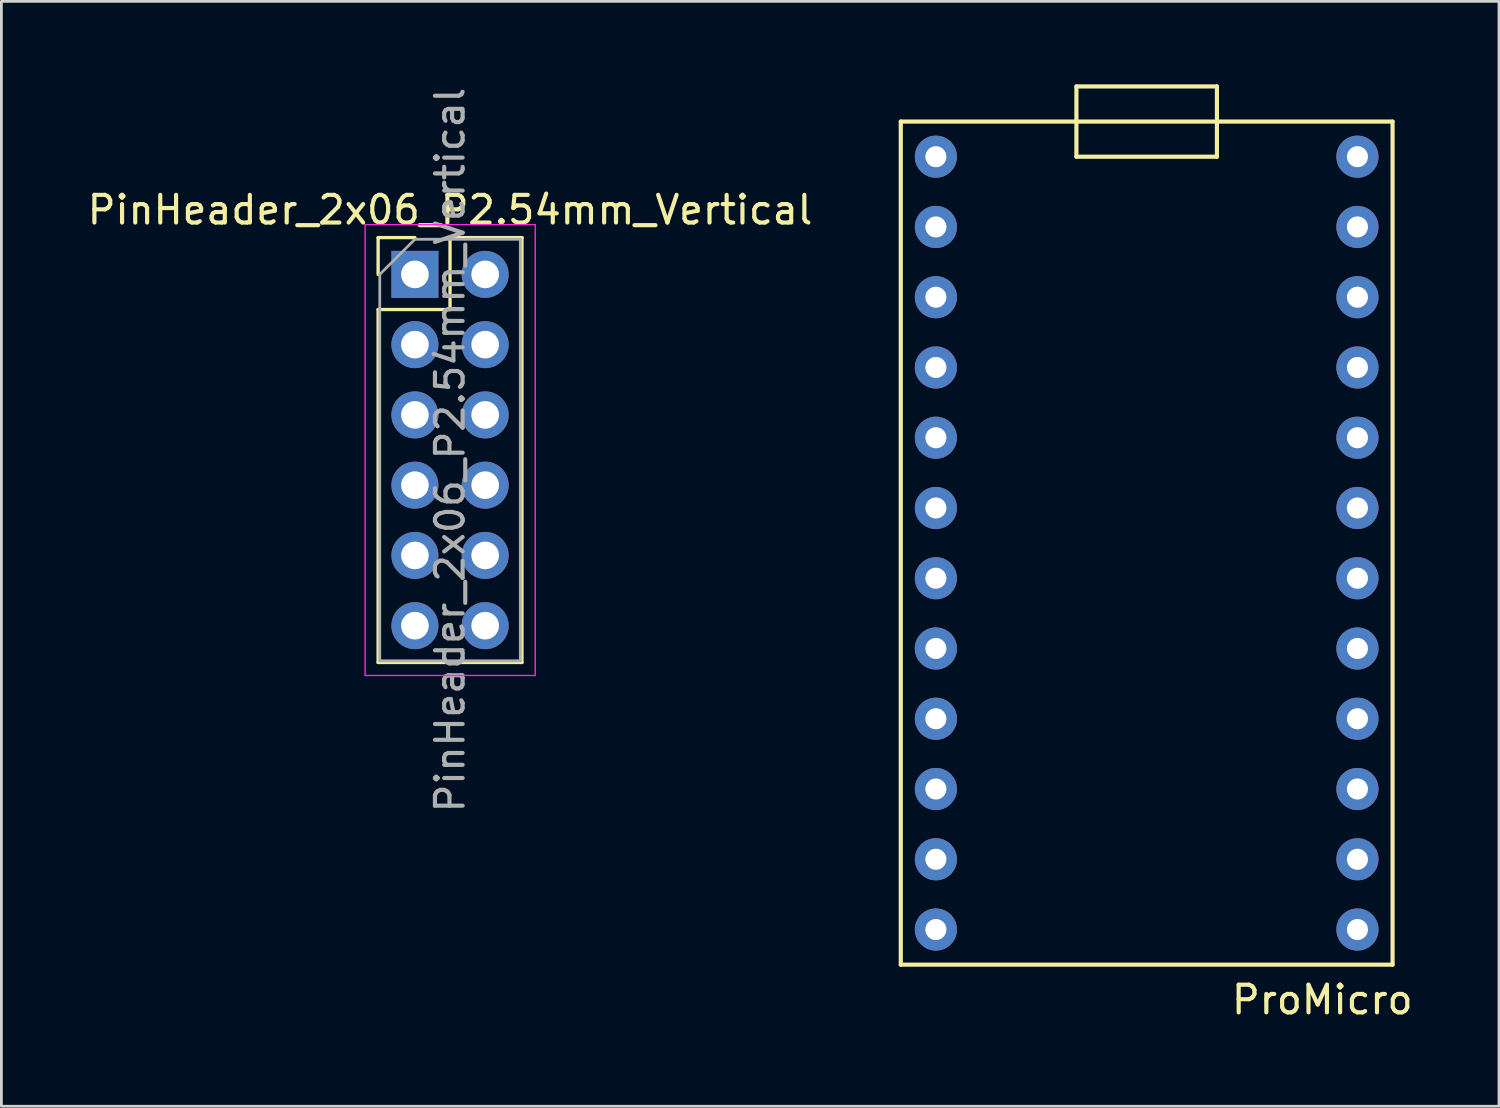
<source format=kicad_pcb>
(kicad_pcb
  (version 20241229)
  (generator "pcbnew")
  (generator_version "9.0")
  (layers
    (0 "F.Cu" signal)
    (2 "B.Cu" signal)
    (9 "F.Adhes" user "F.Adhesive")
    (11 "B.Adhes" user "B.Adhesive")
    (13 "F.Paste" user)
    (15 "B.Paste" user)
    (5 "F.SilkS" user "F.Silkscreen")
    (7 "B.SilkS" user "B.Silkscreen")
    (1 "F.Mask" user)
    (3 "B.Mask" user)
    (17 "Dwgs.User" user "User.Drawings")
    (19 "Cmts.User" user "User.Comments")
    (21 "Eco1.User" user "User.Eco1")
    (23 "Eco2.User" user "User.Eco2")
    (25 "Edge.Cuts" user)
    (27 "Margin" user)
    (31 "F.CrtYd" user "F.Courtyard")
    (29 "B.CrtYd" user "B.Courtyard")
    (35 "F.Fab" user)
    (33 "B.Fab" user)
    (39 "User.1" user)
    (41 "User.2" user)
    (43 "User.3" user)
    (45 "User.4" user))
  (footprint "PinHeader_2x06_P2.54mm_Vertical"
    (layer "F.Cu")
    (at 11.95 6.87)
    (property "Reference" "PinHeader_2x06_P2.54mm_Vertical" (at 1.27 -2.33 0) (layer "F.SilkS") (effects (font (size 1 1) (thickness 0.15))))
    (attr through_hole)
    (fp_line (start -1.33 -1.33) (end 0 -1.33) (stroke (width 0.12) (type solid)) (layer "F.SilkS"))
    (fp_line (start -1.33 0) (end -1.33 -1.33) (stroke (width 0.12) (type solid)) (layer "F.SilkS"))
    (fp_line (start -1.33 1.27) (end -1.33 14.03) (stroke (width 0.12) (type solid)) (layer "F.SilkS"))
    (fp_line (start -1.33 1.27) (end 1.27 1.27) (stroke (width 0.12) (type solid)) (layer "F.SilkS"))
    (fp_line (start -1.33 14.03) (end 3.87 14.03) (stroke (width 0.12) (type solid)) (layer "F.SilkS"))
    (fp_line (start 1.27 -1.33) (end 3.87 -1.33) (stroke (width 0.12) (type solid)) (layer "F.SilkS"))
    (fp_line (start 1.27 1.27) (end 1.27 -1.33) (stroke (width 0.12) (type solid)) (layer "F.SilkS"))
    (fp_line (start 3.87 -1.33) (end 3.87 14.03) (stroke (width 0.12) (type solid)) (layer "F.SilkS"))
    (fp_line (start -1.8 -1.8) (end -1.8 14.5) (stroke (width 0.05) (type solid)) (layer "F.CrtYd"))
    (fp_line (start -1.8 14.5) (end 4.35 14.5) (stroke (width 0.05) (type solid)) (layer "F.CrtYd"))
    (fp_line (start 4.35 -1.8) (end -1.8 -1.8) (stroke (width 0.05) (type solid)) (layer "F.CrtYd"))
    (fp_line (start 4.35 14.5) (end 4.35 -1.8) (stroke (width 0.05) (type solid)) (layer "F.CrtYd"))
    (fp_line (start -1.27 0) (end 0 -1.27) (stroke (width 0.1) (type solid)) (layer "F.Fab"))
    (fp_line (start -1.27 13.97) (end -1.27 0) (stroke (width 0.1) (type solid)) (layer "F.Fab"))
    (fp_line (start 0 -1.27) (end 3.81 -1.27) (stroke (width 0.1) (type solid)) (layer "F.Fab"))
    (fp_line (start 3.81 -1.27) (end 3.81 13.97) (stroke (width 0.1) (type solid)) (layer "F.Fab"))
    (fp_line (start 3.81 13.97) (end -1.27 13.97) (stroke (width 0.1) (type solid)) (layer "F.Fab"))
    (fp_text user "${REFERENCE}" (at 1.27 6.35 90) (layer "F.Fab") (effects (font (size 1 1) (thickness 0.15))))
    (pad "1" thru_hole rect (at 0 0) (size 1.7 1.7) (drill 1) (layers "*.Cu" "*.Mask"))
    (pad "2" thru_hole oval (at 0 2.54) (size 1.7 1.7) (drill 1) (layers "*.Cu" "*.Mask"))
    (pad "3" thru_hole oval (at 0 5.08) (size 1.7 1.7) (drill 1) (layers "*.Cu" "*.Mask"))
    (pad "4" thru_hole oval (at 0 7.62) (size 1.7 1.7) (drill 1) (layers "*.Cu" "*.Mask"))
    (pad "5" thru_hole oval (at 0 10.16) (size 1.7 1.7) (drill 1) (layers "*.Cu" "*.Mask"))
    (pad "6" thru_hole oval (at 0 12.7) (size 1.7 1.7) (drill 1) (layers "*.Cu" "*.Mask"))
    (pad "7" thru_hole oval (at 2.54 0) (size 1.7 1.7) (drill 1) (layers "*.Cu" "*.Mask"))
    (pad "8" thru_hole oval (at 2.54 2.54) (size 1.7 1.7) (drill 1) (layers "*.Cu" "*.Mask"))
    (pad "9" thru_hole oval (at 2.54 5.08) (size 1.7 1.7) (drill 1) (layers "*.Cu" "*.Mask"))
    (pad "10" thru_hole oval (at 2.54 7.62) (size 1.7 1.7) (drill 1) (layers "*.Cu" "*.Mask"))
    (pad "11" thru_hole oval (at 2.54 10.16) (size 1.7 1.7) (drill 1) (layers "*.Cu" "*.Mask"))
    (pad "12" thru_hole oval (at 2.54 12.7) (size 1.7 1.7) (drill 1) (layers "*.Cu" "*.Mask")))
  (footprint "ProMicro"
    (layer "F.Cu")
    (at 38.405 16.585)
    (property "Reference" "ProMicro" (at 6.35 16.51 0) (layer "F.SilkS") (effects (font (size 1 1) (thickness 0.15))))
    (attr through_hole)
    (fp_line (start -8.89 -15.24) (end 8.89 -15.24) (stroke (width 0.15) (type solid)) (layer "F.SilkS"))
    (fp_line (start -8.89 15.24) (end -8.89 -15.24) (stroke (width 0.15) (type solid)) (layer "F.SilkS"))
    (fp_line (start -2.54 -16.51) (end -2.54 -13.97) (stroke (width 0.15) (type solid)) (layer "F.SilkS"))
    (fp_line (start -2.54 -13.97) (end 2.54 -13.97) (stroke (width 0.15) (type solid)) (layer "F.SilkS"))
    (fp_line (start 2.54 -16.51) (end -2.54 -16.51) (stroke (width 0.15) (type solid)) (layer "F.SilkS"))
    (fp_line (start 2.54 -13.97) (end 2.54 -16.51) (stroke (width 0.15) (type solid)) (layer "F.SilkS"))
    (fp_line (start 8.89 -15.24) (end 8.89 15.24) (stroke (width 0.15) (type solid)) (layer "F.SilkS"))
    (fp_line (start 8.89 15.24) (end -8.89 15.24) (stroke (width 0.15) (type solid)) (layer "F.SilkS"))
    (pad "1" thru_hole circle (at -7.62 -13.97) (size 1.524 1.524) (drill 0.762) (layers "*.Cu" "*.Mask"))
    (pad "2" thru_hole circle (at -7.62 -11.43) (size 1.524 1.524) (drill 0.762) (layers "*.Cu" "*.Mask"))
    (pad "3" thru_hole circle (at -7.62 -8.89) (size 1.524 1.524) (drill 0.762) (layers "*.Cu" "*.Mask"))
    (pad "4" thru_hole circle (at -7.62 -6.35) (size 1.524 1.524) (drill 0.762) (layers "*.Cu" "*.Mask"))
    (pad "5" thru_hole circle (at -7.62 -3.81) (size 1.524 1.524) (drill 0.762) (layers "*.Cu" "*.Mask"))
    (pad "6" thru_hole circle (at -7.62 -1.27) (size 1.524 1.524) (drill 0.762) (layers "*.Cu" "*.Mask"))
    (pad "7" thru_hole circle (at -7.62 1.27) (size 1.524 1.524) (drill 0.762) (layers "*.Cu" "*.Mask"))
    (pad "8" thru_hole circle (at -7.62 3.81) (size 1.524 1.524) (drill 0.762) (layers "*.Cu" "*.Mask"))
    (pad "9" thru_hole circle (at -7.62 6.35) (size 1.524 1.524) (drill 0.762) (layers "*.Cu" "*.Mask"))
    (pad "10" thru_hole circle (at -7.62 8.89) (size 1.524 1.524) (drill 0.762) (layers "*.Cu" "*.Mask"))
    (pad "11" thru_hole circle (at -7.62 11.43) (size 1.524 1.524) (drill 0.762) (layers "*.Cu" "*.Mask"))
    (pad "12" thru_hole circle (at -7.62 13.97) (size 1.524 1.524) (drill 0.762) (layers "*.Cu" "*.Mask"))
    (pad "13" thru_hole circle (at 7.62 -13.97) (size 1.524 1.524) (drill 0.762) (layers "*.Cu" "*.Mask"))
    (pad "14" thru_hole circle (at 7.62 -11.43) (size 1.524 1.524) (drill 0.762) (layers "*.Cu" "*.Mask"))
    (pad "15" thru_hole circle (at 7.62 -8.89) (size 1.524 1.524) (drill 0.762) (layers "*.Cu" "*.Mask"))
    (pad "16" thru_hole circle (at 7.62 -6.35) (size 1.524 1.524) (drill 0.762) (layers "*.Cu" "*.Mask"))
    (pad "17" thru_hole circle (at 7.62 -3.81) (size 1.524 1.524) (drill 0.762) (layers "*.Cu" "*.Mask"))
    (pad "18" thru_hole circle (at 7.62 -1.27) (size 1.524 1.524) (drill 0.762) (layers "*.Cu" "*.Mask"))
    (pad "19" thru_hole circle (at 7.62 1.27) (size 1.524 1.524) (drill 0.762) (layers "*.Cu" "*.Mask"))
    (pad "20" thru_hole circle (at 7.62 3.81) (size 1.524 1.524) (drill 0.762) (layers "*.Cu" "*.Mask"))
    (pad "21" thru_hole circle (at 7.62 6.35) (size 1.524 1.524) (drill 0.762) (layers "*.Cu" "*.Mask"))
    (pad "22" thru_hole circle (at 7.62 8.89) (size 1.524 1.524) (drill 0.762) (layers "*.Cu" "*.Mask"))
    (pad "23" thru_hole circle (at 7.62 11.43) (size 1.524 1.524) (drill 0.762) (layers "*.Cu" "*.Mask"))
    (pad "24" thru_hole circle (at 7.62 13.97) (size 1.524 1.524) (drill 0.762) (layers "*.Cu" "*.Mask")))
  (gr_rect
    (start -3 -3)
    (end 51.142 36.943)
    (stroke (width 0.1) (type default))
    (fill no)
    (layer "Edge.Cuts")))
</source>
